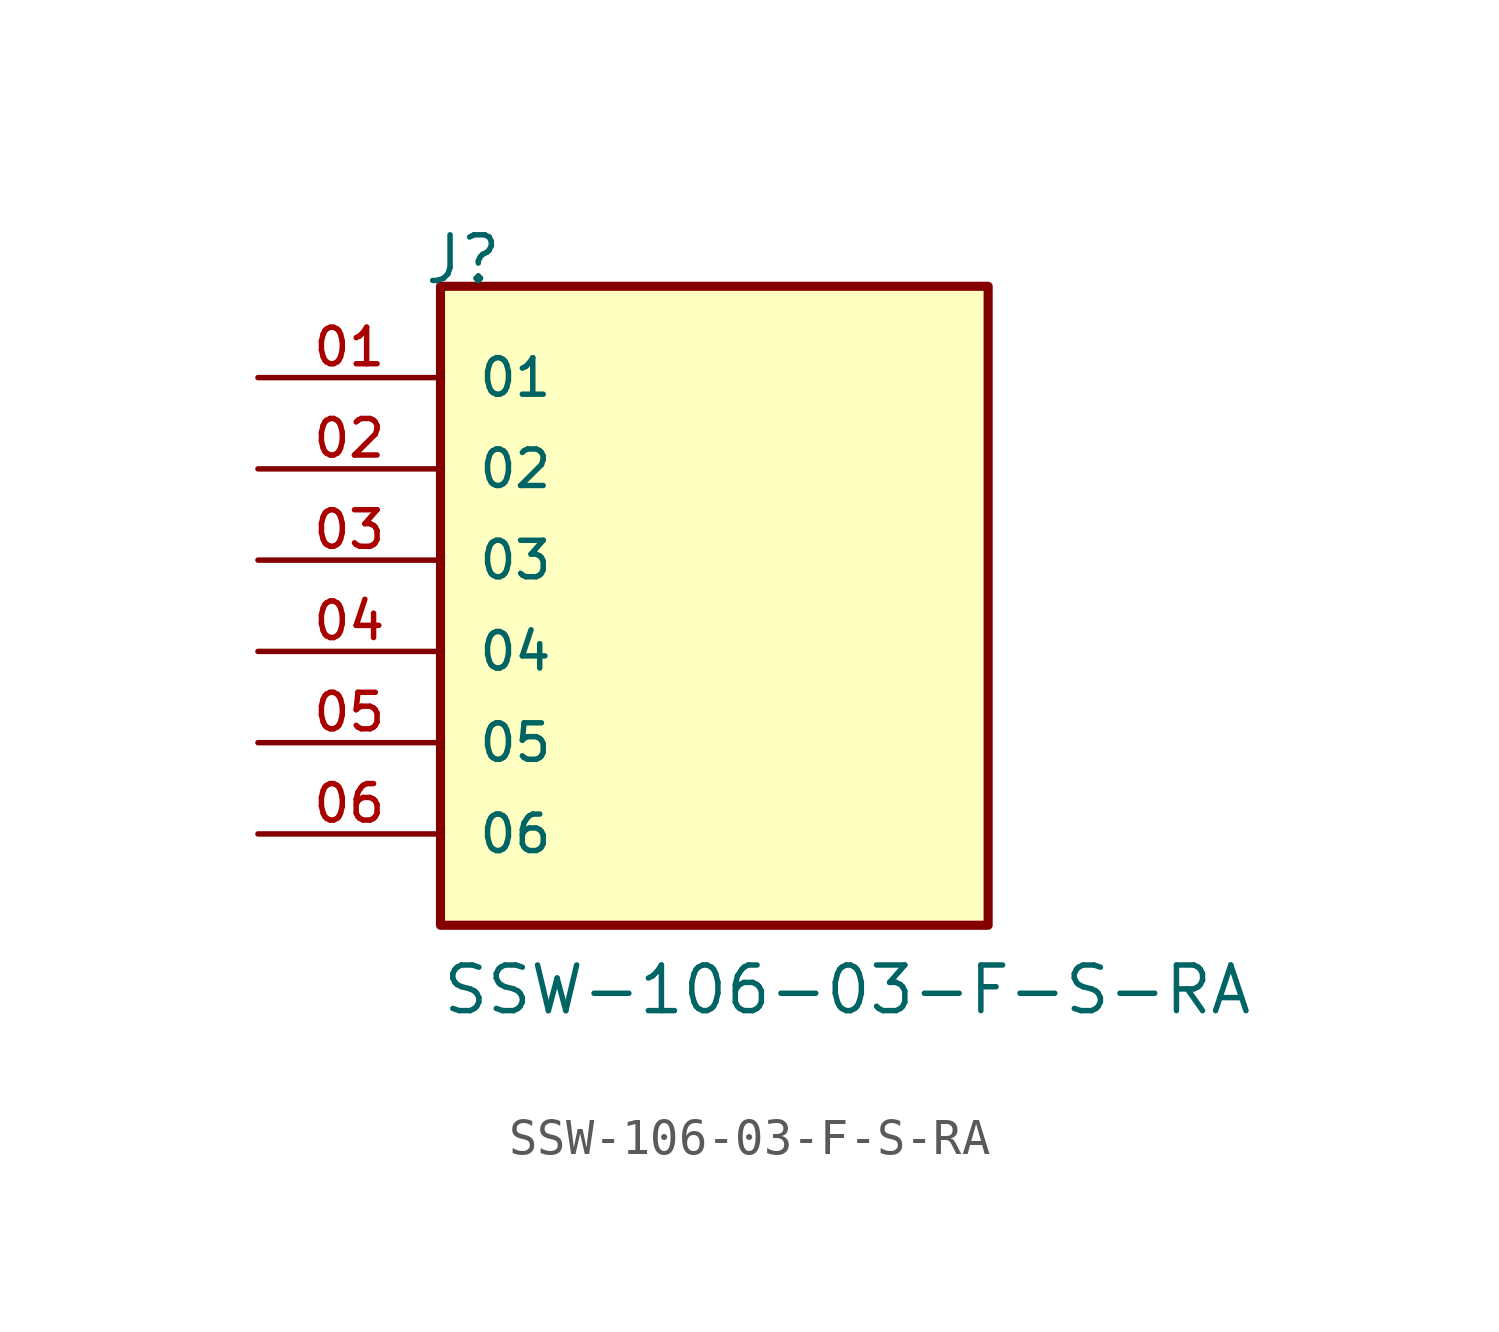
<source format=kicad_sym>
(kicad_symbol_lib
  (version 20211014)
  (generator kicad_symbol_editor)
  (symbol "SSW-106-03-F-S-RA"
    (pin_names
      (offset 1.016))
    (property "Reference" "J"
      (at -8.12 10.16 0)
      (effects (font (size 1.27 1.27)) (justify bottom left)))
    (property "Value" "SSW-106-03-F-S-RA"
      (at -7.62 -10.16 0)
      (effects (font (size 1.27 1.27)) (justify bottom left)))
    (symbol "SSW-106-03-F-S-RA_0_0"
      (rectangle (start -7.62 -7.62) (end 7.62 10.16) (stroke (width 0.254)) (fill (type background)))
      (pin passive line (at -12.7 7.62 0) (length 5.08) (name "01" (effects (font (size 1.016 1.016)))) (number "01" (effects (font (size 1.016 1.016)))))
      (pin passive line (at -12.7 5.08 0) (length 5.08) (name "02" (effects (font (size 1.016 1.016)))) (number "02" (effects (font (size 1.016 1.016)))))
      (pin passive line (at -12.7 2.54 0) (length 5.08) (name "03" (effects (font (size 1.016 1.016)))) (number "03" (effects (font (size 1.016 1.016)))))
      (pin passive line (at -12.7 0.0 0) (length 5.08) (name "04" (effects (font (size 1.016 1.016)))) (number "04" (effects (font (size 1.016 1.016)))))
      (pin passive line (at -12.7 -2.54 0) (length 5.08) (name "05" (effects (font (size 1.016 1.016)))) (number "05" (effects (font (size 1.016 1.016)))))
      (pin passive line (at -12.7 -5.08 0) (length 5.08) (name "06" (effects (font (size 1.016 1.016)))) (number "06" (effects (font (size 1.016 1.016))))))))
</source>
